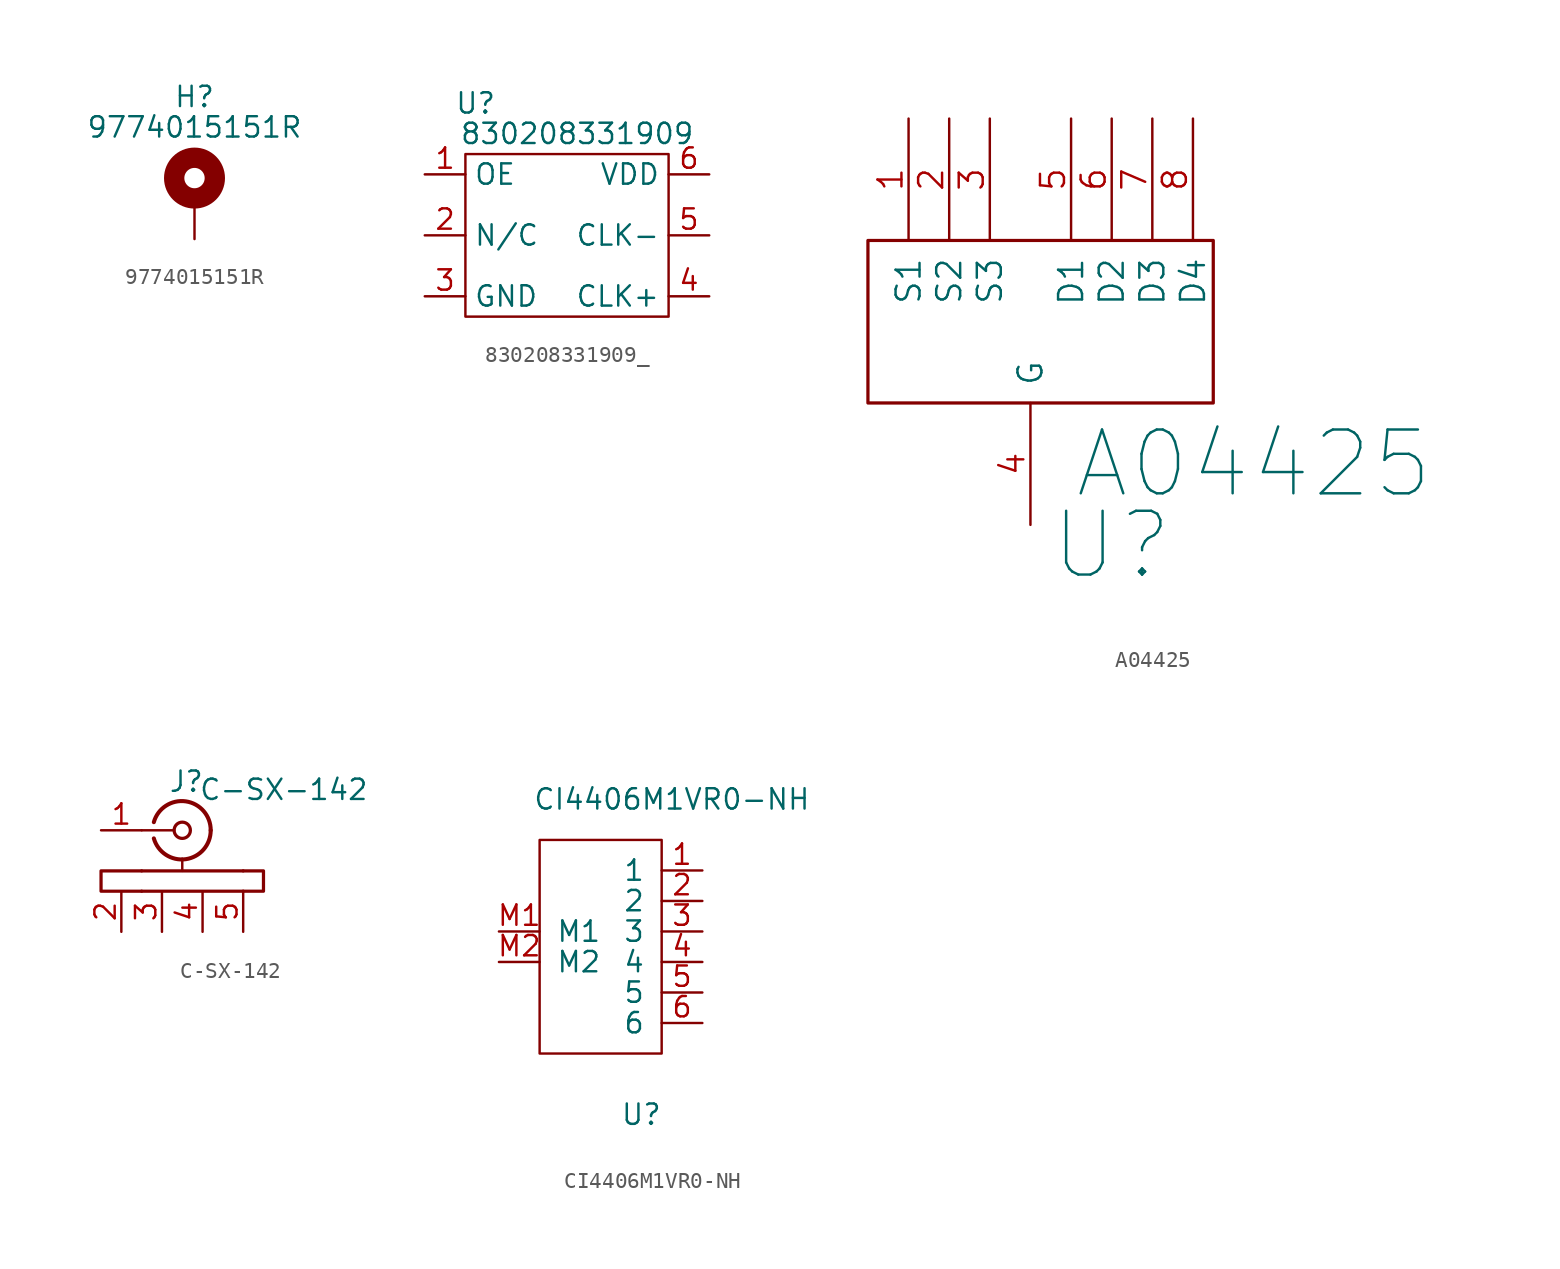
<source format=kicad_sym>
(kicad_symbol_lib
  (version 20220914)
  (generator kicad_symbol_editor)
  (symbol "9774015151R"
    (pin_numbers hide)
    (pin_names
      (offset 1.016) hide)
    (property "Reference" "H"
      (at 0 6.35 0)
      (effects (font (size 1.27 1.27))))
    (property "Value" "9774015151R"
      (at 0 4.445 0)
      (effects (font (size 1.27 1.27))))
    (symbol "9774015151R_0_1"
      (circle (center 0 1.27) (radius 1.27) (stroke (width 1.27) (type default)) (fill (type none))))
    (symbol "9774015151R_1_1"
      (pin input line (at 0 -2.54 90) (length 2.54) (name "1" (effects (font (size 1.27 1.27)))) (number "1" (effects (font (size 1.27 1.27)))))))
  (symbol "830208331909_"
    (property "Reference" "U"
      (at -5.715 8.255 0)
      (effects (font (size 1.27 1.27))))
    (property "Value" "830208331909"
      (at 0.635 6.35 0)
      (effects (font (size 1.27 1.27))))
    (symbol "830208331909__0_1"
      (rectangle (start -6.35 5.08) (end 6.35 -5.08) (stroke (width 0) (type default)) (fill (type none))))
    (symbol "830208331909__1_1"
      (pin input line (at -8.89 3.81 0) (length 2.54) (name "OE" (effects (font (size 1.27 1.27)))) (number "1" (effects (font (size 1.27 1.27)))))
      (pin input line (at -8.89 0 0) (length 2.54) (name "N/C" (effects (font (size 1.27 1.27)))) (number "2" (effects (font (size 1.27 1.27)))))
      (pin power_in line (at -8.89 -3.81 0) (length 2.54) (name "GND" (effects (font (size 1.27 1.27)))) (number "3" (effects (font (size 1.27 1.27)))))
      (pin output line (at 8.89 -3.81 180) (length 2.54) (name "CLK+" (effects (font (size 1.27 1.27)))) (number "4" (effects (font (size 1.27 1.27)))))
      (pin output line (at 8.89 0 180) (length 2.54) (name "CLK-" (effects (font (size 1.27 1.27)))) (number "5" (effects (font (size 1.27 1.27)))))
      (pin power_in line (at 8.89 3.81 180) (length 2.54) (name "VDD" (effects (font (size 1.27 1.27)))) (number "6" (effects (font (size 1.27 1.27)))))))
  (symbol "A04425"
    (pin_names
      (offset 1.016))
    (property "Reference" "U"
      (at 3.81 -19.05 0)
      (effects (font (size 3.988 3.988))))
    (property "Value" "A04425"
      (at 12.7 -13.97 0)
      (effects (font (size 3.988 3.988))))
    (symbol "A04425_0_1"
      (rectangle (start -11.43 0) (end 10.16 -10.16) (stroke (width 0.203) (type solid)) (fill (type none))))
    (symbol "A04425_1_1"
      (pin power_in line (at -8.89 7.62 270) (length 7.62) (name "S1" (effects (font (size 1.499 1.499)))) (number "1" (effects (font (size 1.499 1.499)))))
      (pin power_in line (at -6.35 7.62 270) (length 7.62) (name "S2" (effects (font (size 1.499 1.499)))) (number "2" (effects (font (size 1.499 1.499)))))
      (pin power_in line (at -3.81 7.62 270) (length 7.62) (name "S3" (effects (font (size 1.499 1.499)))) (number "3" (effects (font (size 1.499 1.499)))))
      (pin input line (at -1.27 -17.78 90) (length 7.62) (name "G" (effects (font (size 1.499 1.499)))) (number "4" (effects (font (size 1.499 1.499)))))
      (pin passive line (at 1.27 7.62 270) (length 7.62) (name "D1" (effects (font (size 1.499 1.499)))) (number "5" (effects (font (size 1.499 1.499)))))
      (pin passive line (at 3.81 7.62 270) (length 7.62) (name "D2" (effects (font (size 1.499 1.499)))) (number "6" (effects (font (size 1.499 1.499)))))
      (pin passive line (at 6.35 7.62 270) (length 7.62) (name "D3" (effects (font (size 1.499 1.499)))) (number "7" (effects (font (size 1.499 1.499)))))
      (pin passive line (at 8.89 7.62 270) (length 7.62) (name "D4" (effects (font (size 1.499 1.499)))) (number "8" (effects (font (size 1.499 1.499)))))))
  (symbol "C-SX-142"
    (pin_names
      (offset 1.016) hide)
    (property "Reference" "J"
      (at 0.254 3.048 0)
      (effects (font (size 1.27 1.27))))
    (property "Value" "C-SX-142"
      (at 6.35 2.54 0)
      (effects (font (size 1.27 1.27))))
    (symbol "C-SX-142_0_1"
      (rectangle (start -2.54 -2.54) (end 3.81 -2.54) (stroke (width 0.203) (type solid)) (fill (type none)))
      (arc (start -1.778 -0.508) (mid 0.2311 -1.8066) (end 1.778 0) (stroke (width 0.254) (type solid)) (fill (type none)))
      (polyline (pts (xy -2.54 0) (xy -0.508 0)) (stroke (width 0) (type solid)) (fill (type none)))
      (polyline (pts (xy 0 -2.54) (xy 0 -1.778)) (stroke (width 0) (type solid)) (fill (type none)))
      (polyline (pts (xy -2.54 -3.81) (xy -5.08 -3.81) (xy -5.08 -2.54) (xy -2.54 -2.54)) (stroke (width 0.203) (type solid)) (fill (type none)))
      (polyline (pts (xy 3.81 -3.81) (xy 5.08 -3.81) (xy 5.08 -2.54) (xy 3.81 -2.54)) (stroke (width 0.203) (type solid)) (fill (type none)))
      (circle (center 0 0) (radius 0.508) (stroke (width 0.203) (type solid)) (fill (type none)))
      (arc (start 1.778 0) (mid 0.2099 1.8101) (end -1.778 0.508) (stroke (width 0.254) (type solid)) (fill (type none)))
      (rectangle (start 3.81 -3.81) (end -2.54 -3.81) (stroke (width 0.203) (type solid)) (fill (type none))))
    (symbol "C-SX-142_1_1"
      (pin passive line (at -5.08 0 0) (length 2.54) (name "In" (effects (font (size 1.27 1.27)))) (number "1" (effects (font (size 1.27 1.27)))))
      (pin passive line (at -3.81 -6.35 90) (length 2.54) (name "2" (effects (font (size 1.27 1.27)))) (number "2" (effects (font (size 1.27 1.27)))))
      (pin passive line (at -1.27 -6.35 90) (length 2.54) (name "3" (effects (font (size 1.27 1.27)))) (number "3" (effects (font (size 1.27 1.27)))))
      (pin passive line (at 1.27 -6.35 90) (length 2.54) (name "4" (effects (font (size 1.27 1.27)))) (number "4" (effects (font (size 1.27 1.27)))))
      (pin passive line (at 3.81 -6.35 90) (length 2.54) (name "5" (effects (font (size 1.27 1.27)))) (number "5" (effects (font (size 1.27 1.27)))))))
  (symbol "CI4406M1VR0-NH"
    (pin_names
      (offset 1.016))
    (property "Reference" "U"
      (at -1.27 -13.335 0)
      (effects (font (size 1.27 1.27))))
    (property "Value" "CI4406M1VR0-NH"
      (at 0.635 6.35 0)
      (effects (font (size 1.27 1.27))))
    (symbol "CI4406M1VR0-NH_0_1"
      (rectangle (start -7.62 3.81) (end 0 -9.525) (stroke (width 0) (type solid)) (fill (type none))))
    (symbol "CI4406M1VR0-NH_1_1"
      (pin passive line (at 2.54 1.905 180) (length 2.54) (name "1" (effects (font (size 1.27 1.27)))) (number "1" (effects (font (size 1.27 1.27)))))
      (pin passive line (at 2.54 0 180) (length 2.54) (name "2" (effects (font (size 1.27 1.27)))) (number "2" (effects (font (size 1.27 1.27)))))
      (pin passive line (at 2.54 -1.905 180) (length 2.54) (name "3" (effects (font (size 1.27 1.27)))) (number "3" (effects (font (size 1.27 1.27)))))
      (pin passive line (at 2.54 -3.81 180) (length 2.54) (name "4" (effects (font (size 1.27 1.27)))) (number "4" (effects (font (size 1.27 1.27)))))
      (pin passive line (at 2.54 -5.715 180) (length 2.54) (name "5" (effects (font (size 1.27 1.27)))) (number "5" (effects (font (size 1.27 1.27)))))
      (pin passive line (at 2.54 -7.62 180) (length 2.54) (name "6" (effects (font (size 1.27 1.27)))) (number "6" (effects (font (size 1.27 1.27)))))
      (pin passive line (at -10.16 -1.905 0) (length 2.54) (name "M1" (effects (font (size 1.27 1.27)))) (number "M1" (effects (font (size 1.27 1.27)))))
      (pin passive line (at -10.16 -3.81 0) (length 2.54) (name "M2" (effects (font (size 1.27 1.27)))) (number "M2" (effects (font (size 1.27 1.27))))))))
</source>
